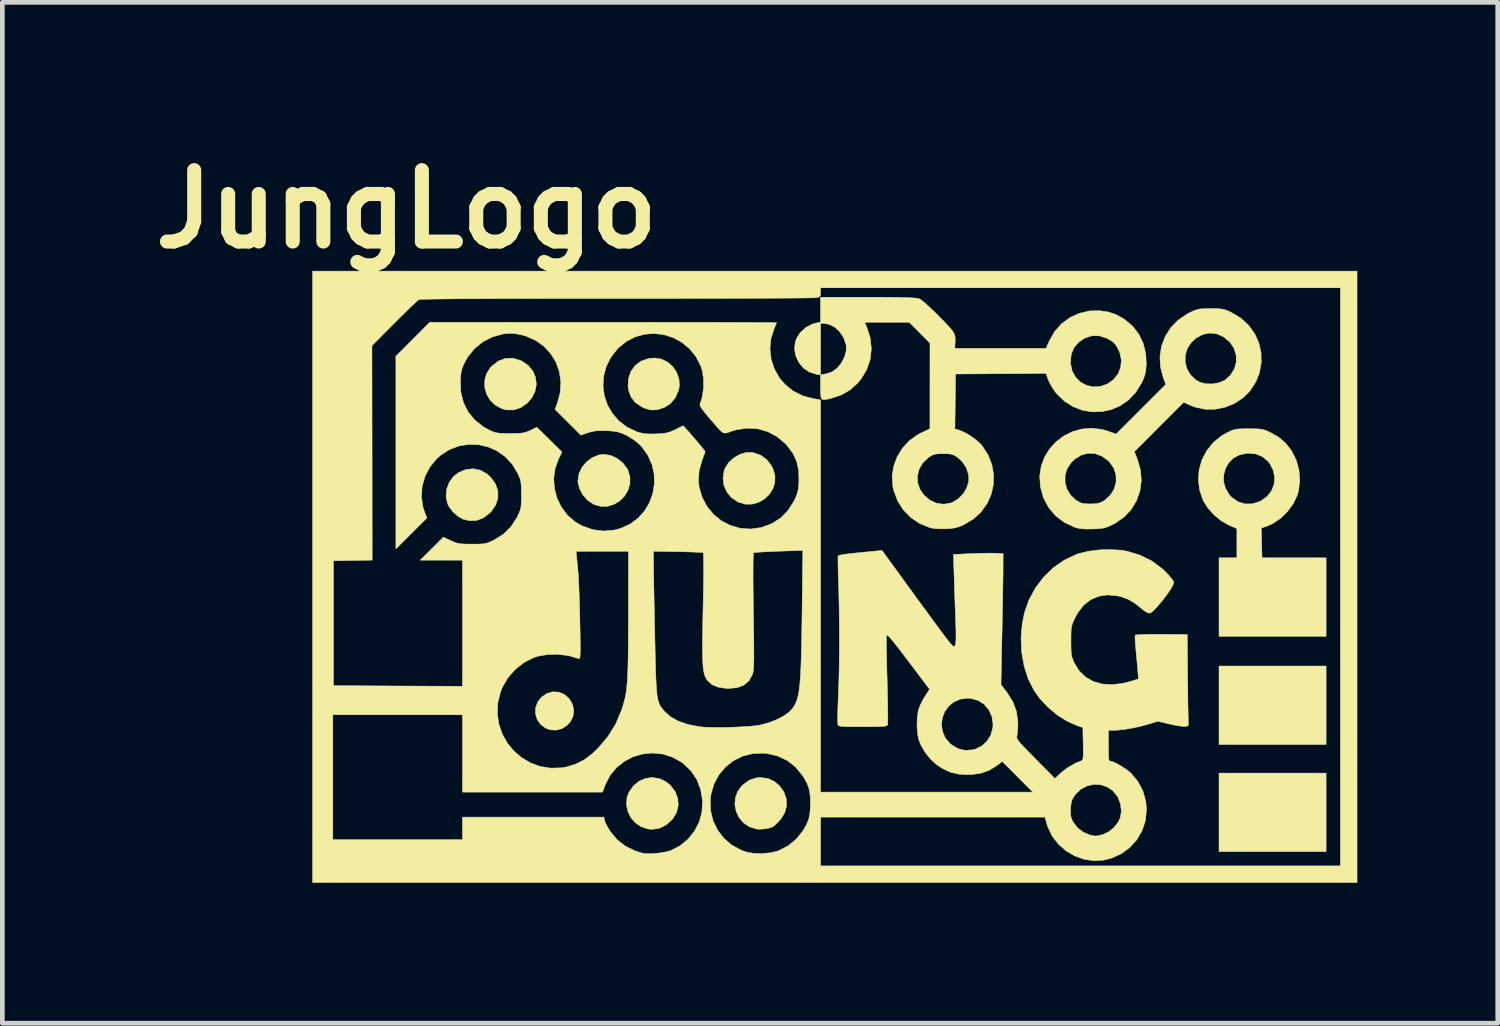
<source format=kicad_pcb>
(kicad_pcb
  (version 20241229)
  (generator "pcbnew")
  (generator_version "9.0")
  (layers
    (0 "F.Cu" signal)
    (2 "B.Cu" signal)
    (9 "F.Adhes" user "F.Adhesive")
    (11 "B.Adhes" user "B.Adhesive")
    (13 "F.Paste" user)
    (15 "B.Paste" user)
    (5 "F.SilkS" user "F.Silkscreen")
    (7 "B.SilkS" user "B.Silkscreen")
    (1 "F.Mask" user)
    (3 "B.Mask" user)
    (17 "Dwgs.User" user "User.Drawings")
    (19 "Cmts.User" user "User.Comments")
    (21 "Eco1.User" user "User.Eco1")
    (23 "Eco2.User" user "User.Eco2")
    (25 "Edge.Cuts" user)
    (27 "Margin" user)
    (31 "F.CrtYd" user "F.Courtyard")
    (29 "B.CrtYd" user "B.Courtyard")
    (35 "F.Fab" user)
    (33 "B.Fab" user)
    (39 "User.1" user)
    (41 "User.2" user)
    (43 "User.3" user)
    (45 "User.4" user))
  (footprint "JungLogo"
    (layer "F.Cu")
    (at 14.776 9.267)
    (property "Reference" "JungLogo" (at -9.144 -7.849 0) (layer "F.SilkS") (effects (font (size 1.524 1.524) (thickness 0.3))))
    (attr through_hole)
    (fp_poly (pts (xy 10.49 3.581) (xy 8.204 3.581) (xy 8.204 1.905) (xy 10.49 1.905) (xy 10.49 3.581)) (stroke (width 0.01) (type solid)) (fill yes) (layer "F.SilkS"))
    (fp_poly (pts (xy 10.49 5.867) (xy 8.204 5.867) (xy 8.204 4.191) (xy 10.49 4.191) (xy 10.49 5.867)) (stroke (width 0.01) (type solid)) (fill yes) (layer "F.SilkS"))
    (fp_poly (pts (xy -5.894 2.462) (xy -5.775 2.511) (xy -5.675 2.599) (xy -5.602 2.723) (xy -5.574 2.852) (xy -5.589 2.975) (xy -5.641 3.085) (xy -5.723 3.176) (xy -5.827 3.241) (xy -5.946 3.273) (xy -6.073 3.267) (xy -6.168 3.234) (xy -6.28 3.153) (xy -6.355 3.047) (xy -6.392 2.924) (xy -6.389 2.795) (xy -6.344 2.672) (xy -6.267 2.573) (xy -6.149 2.491) (xy -6.021 2.455) (xy -5.894 2.462)) (stroke (width 0.01) (type solid)) (fill yes) (layer "F.SilkS"))
    (fp_poly (pts (xy -7.567 -2.276) (xy -7.425 -2.196) (xy -7.345 -2.122) (xy -7.246 -1.982) (xy -7.195 -1.834) (xy -7.194 -1.683) (xy -7.241 -1.536) (xy -7.336 -1.397) (xy -7.363 -1.368) (xy -7.499 -1.262) (xy -7.644 -1.205) (xy -7.8 -1.199) (xy -7.935 -1.231) (xy -8.046 -1.292) (xy -8.152 -1.386) (xy -8.237 -1.498) (xy -8.271 -1.567) (xy -8.302 -1.715) (xy -8.289 -1.868) (xy -8.235 -2.013) (xy -8.146 -2.138) (xy -8.036 -2.226) (xy -7.878 -2.291) (xy -7.72 -2.308) (xy -7.567 -2.276)) (stroke (width 0.01) (type solid)) (fill yes) (layer "F.SilkS"))
    (fp_poly (pts (xy -6.721 -4.623) (xy -6.679 -4.604) (xy -6.543 -4.51) (xy -6.446 -4.39) (xy -6.389 -4.253) (xy -6.374 -4.107) (xy -6.402 -3.959) (xy -6.472 -3.819) (xy -6.565 -3.712) (xy -6.703 -3.615) (xy -6.852 -3.565) (xy -7.006 -3.564) (xy -7.106 -3.59) (xy -7.249 -3.665) (xy -7.359 -3.772) (xy -7.435 -3.9) (xy -7.475 -4.042) (xy -7.477 -4.188) (xy -7.439 -4.332) (xy -7.358 -4.463) (xy -7.321 -4.503) (xy -7.183 -4.608) (xy -7.036 -4.663) (xy -6.881 -4.669) (xy -6.721 -4.623)) (stroke (width 0.01) (type solid)) (fill yes) (layer "F.SilkS"))
    (fp_poly (pts (xy -3.746 4.308) (xy -3.604 4.376) (xy -3.512 4.452) (xy -3.41 4.585) (xy -3.354 4.731) (xy -3.343 4.882) (xy -3.379 5.031) (xy -3.462 5.169) (xy -3.471 5.179) (xy -3.6 5.297) (xy -3.745 5.368) (xy -3.9 5.392) (xy -3.988 5.384) (xy -4.137 5.335) (xy -4.262 5.249) (xy -4.359 5.134) (xy -4.423 5) (xy -4.451 4.855) (xy -4.436 4.707) (xy -4.397 4.603) (xy -4.301 4.464) (xy -4.18 4.364) (xy -4.042 4.304) (xy -3.894 4.285) (xy -3.746 4.308)) (stroke (width 0.01) (type solid)) (fill yes) (layer "F.SilkS"))
    (fp_poly (pts (xy -3.704 -4.65) (xy -3.571 -4.585) (xy -3.46 -4.487) (xy -3.377 -4.364) (xy -3.328 -4.223) (xy -3.319 -4.075) (xy -3.338 -3.979) (xy -3.409 -3.82) (xy -3.516 -3.696) (xy -3.642 -3.617) (xy -3.789 -3.567) (xy -3.927 -3.562) (xy -4.069 -3.603) (xy -4.116 -3.626) (xy -4.256 -3.719) (xy -4.35 -3.836) (xy -4.403 -3.981) (xy -4.415 -4.065) (xy -4.405 -4.238) (xy -4.352 -4.39) (xy -4.261 -4.514) (xy -4.137 -4.606) (xy -3.985 -4.66) (xy -3.854 -4.673) (xy -3.704 -4.65)) (stroke (width 0.01) (type solid)) (fill yes) (layer "F.SilkS"))
    (fp_poly (pts (xy -4.785 -2.592) (xy -4.646 -2.527) (xy -4.525 -2.429) (xy -4.433 -2.306) (xy -4.416 -2.273) (xy -4.374 -2.126) (xy -4.376 -1.982) (xy -4.417 -1.846) (xy -4.491 -1.724) (xy -4.592 -1.623) (xy -4.713 -1.549) (xy -4.848 -1.507) (xy -4.993 -1.503) (xy -5.14 -1.544) (xy -5.144 -1.546) (xy -5.271 -1.628) (xy -5.376 -1.744) (xy -5.45 -1.879) (xy -5.485 -2.022) (xy -5.486 -2.057) (xy -5.462 -2.205) (xy -5.396 -2.342) (xy -5.296 -2.46) (xy -5.172 -2.55) (xy -5.031 -2.604) (xy -4.928 -2.616) (xy -4.785 -2.592)) (stroke (width 0.01) (type solid)) (fill yes) (layer "F.SilkS"))
    (fp_poly (pts (xy -1.747 -2.653) (xy -1.584 -2.597) (xy -1.455 -2.505) (xy -1.355 -2.372) (xy -1.319 -2.301) (xy -1.278 -2.154) (xy -1.282 -2.011) (xy -1.325 -1.878) (xy -1.401 -1.76) (xy -1.503 -1.662) (xy -1.625 -1.592) (xy -1.762 -1.553) (xy -1.907 -1.551) (xy -2.054 -1.593) (xy -2.076 -1.603) (xy -2.21 -1.695) (xy -2.309 -1.817) (xy -2.369 -1.959) (xy -2.388 -2.113) (xy -2.362 -2.269) (xy -2.34 -2.326) (xy -2.263 -2.444) (xy -2.153 -2.543) (xy -2.025 -2.616) (xy -1.889 -2.656) (xy -1.758 -2.656) (xy -1.747 -2.653)) (stroke (width 0.01) (type solid)) (fill yes) (layer "F.SilkS"))
    (fp_poly (pts (xy -1.429 4.306) (xy -1.291 4.37) (xy -1.185 4.459) (xy -1.088 4.592) (xy -1.037 4.739) (xy -1.031 4.892) (xy -1.072 5.041) (xy -1.159 5.18) (xy -1.177 5.2) (xy -1.24 5.265) (xy -1.297 5.316) (xy -1.325 5.336) (xy -1.409 5.366) (xy -1.517 5.384) (xy -1.625 5.389) (xy -1.676 5.384) (xy -1.828 5.335) (xy -1.952 5.25) (xy -2.046 5.138) (xy -2.107 5.007) (xy -2.134 4.865) (xy -2.124 4.721) (xy -2.074 4.582) (xy -1.981 4.457) (xy -1.964 4.442) (xy -1.826 4.342) (xy -1.675 4.292) (xy -1.588 4.286) (xy -1.429 4.306)) (stroke (width 0.01) (type solid)) (fill yes) (layer "F.SilkS"))
    (fp_poly (pts (xy 8.968 -3.161) (xy 9.062 -3.157) (xy 9.133 -3.147) (xy 9.196 -3.128) (xy 9.265 -3.099) (xy 9.298 -3.083) (xy 9.478 -2.981) (xy 9.623 -2.857) (xy 9.746 -2.7) (xy 9.755 -2.687) (xy 9.853 -2.492) (xy 9.911 -2.277) (xy 9.928 -2.056) (xy 9.902 -1.84) (xy 9.871 -1.733) (xy 9.786 -1.558) (xy 9.665 -1.394) (xy 9.519 -1.251) (xy 9.357 -1.14) (xy 9.227 -1.082) (xy 9.106 -1.042) (xy 9.114 -0.724) (xy 9.122 -0.406) (xy 10.49 -0.406) (xy 10.49 1.27) (xy 8.204 1.27) (xy 8.204 -0.406) (xy 8.585 -0.406) (xy 8.585 -1.03) (xy 8.414 -1.104) (xy 8.255 -1.194) (xy 8.103 -1.318) (xy 7.971 -1.462) (xy 7.874 -1.614) (xy 7.867 -1.628) (xy 7.791 -1.846) (xy 7.767 -2.029) (xy 8.303 -2.029) (xy 8.342 -1.888) (xy 8.421 -1.755) (xy 8.475 -1.697) (xy 8.608 -1.603) (xy 8.755 -1.557) (xy 8.912 -1.558) (xy 9.073 -1.609) (xy 9.095 -1.619) (xy 9.227 -1.712) (xy 9.322 -1.832) (xy 9.378 -1.971) (xy 9.392 -2.12) (xy 9.364 -2.27) (xy 9.292 -2.413) (xy 9.255 -2.461) (xy 9.137 -2.564) (xy 8.994 -2.623) (xy 8.826 -2.639) (xy 8.79 -2.637) (xy 8.636 -2.603) (xy 8.508 -2.533) (xy 8.408 -2.432) (xy 8.339 -2.309) (xy 8.303 -2.172) (xy 8.303 -2.029) (xy 7.767 -2.029) (xy 7.762 -2.067) (xy 7.779 -2.286) (xy 7.839 -2.496) (xy 7.939 -2.69) (xy 8.077 -2.863) (xy 8.252 -3.007) (xy 8.379 -3.08) (xy 8.454 -3.116) (xy 8.517 -3.139) (xy 8.58 -3.153) (xy 8.659 -3.16) (xy 8.768 -3.162) (xy 8.839 -3.162) (xy 8.968 -3.161)) (stroke (width 0.01) (type solid)) (fill yes) (layer "F.SilkS"))
    (fp_poly (pts (xy 8.151 -5.727) (xy 8.24 -5.721) (xy 8.311 -5.708) (xy 8.379 -5.685) (xy 8.46 -5.648) (xy 8.465 -5.646) (xy 8.667 -5.525) (xy 8.835 -5.372) (xy 8.964 -5.193) (xy 9.054 -4.996) (xy 9.101 -4.784) (xy 9.105 -4.566) (xy 9.063 -4.345) (xy 8.989 -4.161) (xy 8.869 -3.976) (xy 8.715 -3.822) (xy 8.534 -3.703) (xy 8.334 -3.621) (xy 8.123 -3.579) (xy 7.907 -3.578) (xy 7.694 -3.623) (xy 7.588 -3.664) (xy 7.449 -3.728) (xy 6.922 -3.201) (xy 6.395 -2.673) (xy 6.462 -2.506) (xy 6.527 -2.28) (xy 6.544 -2.054) (xy 6.515 -1.835) (xy 6.443 -1.629) (xy 6.33 -1.441) (xy 6.177 -1.278) (xy 5.988 -1.145) (xy 5.932 -1.116) (xy 5.844 -1.075) (xy 5.771 -1.049) (xy 5.694 -1.034) (xy 5.597 -1.026) (xy 5.501 -1.022) (xy 5.359 -1.021) (xy 5.252 -1.028) (xy 5.164 -1.046) (xy 5.116 -1.061) (xy 4.898 -1.164) (xy 4.714 -1.304) (xy 4.567 -1.477) (xy 4.458 -1.681) (xy 4.392 -1.912) (xy 4.39 -1.925) (xy 4.384 -2.02) (xy 4.916 -2.02) (xy 4.954 -1.877) (xy 5.031 -1.747) (xy 5.144 -1.64) (xy 5.259 -1.576) (xy 5.316 -1.564) (xy 5.404 -1.557) (xy 5.492 -1.557) (xy 5.597 -1.565) (xy 5.673 -1.584) (xy 5.743 -1.621) (xy 5.771 -1.64) (xy 5.89 -1.752) (xy 5.969 -1.885) (xy 6.007 -2.03) (xy 6.003 -2.179) (xy 5.956 -2.323) (xy 5.865 -2.453) (xy 5.848 -2.471) (xy 5.71 -2.574) (xy 5.561 -2.63) (xy 5.41 -2.639) (xy 5.261 -2.599) (xy 5.121 -2.513) (xy 5.05 -2.444) (xy 4.961 -2.312) (xy 4.917 -2.167) (xy 4.916 -2.02) (xy 4.384 -2.02) (xy 4.375 -2.147) (xy 4.406 -2.358) (xy 4.477 -2.553) (xy 4.584 -2.729) (xy 4.722 -2.881) (xy 4.886 -3.006) (xy 5.07 -3.099) (xy 5.271 -3.156) (xy 5.482 -3.174) (xy 5.701 -3.148) (xy 5.829 -3.111) (xy 6.007 -3.048) (xy 6.537 -3.578) (xy 7.067 -4.108) (xy 7.014 -4.25) (xy 6.954 -4.479) (xy 6.949 -4.583) (xy 7.481 -4.583) (xy 7.519 -4.44) (xy 7.595 -4.311) (xy 7.707 -4.205) (xy 7.798 -4.154) (xy 7.919 -4.122) (xy 8.059 -4.119) (xy 8.199 -4.143) (xy 8.318 -4.192) (xy 8.329 -4.199) (xy 8.449 -4.306) (xy 8.53 -4.437) (xy 8.571 -4.582) (xy 8.569 -4.733) (xy 8.525 -4.879) (xy 8.437 -5.01) (xy 8.306 -5.122) (xy 8.162 -5.187) (xy 8.012 -5.206) (xy 7.862 -5.178) (xy 7.72 -5.103) (xy 7.615 -5.009) (xy 7.527 -4.877) (xy 7.483 -4.732) (xy 7.481 -4.583) (xy 6.949 -4.583) (xy 6.942 -4.705) (xy 6.976 -4.925) (xy 7.054 -5.131) (xy 7.173 -5.319) (xy 7.331 -5.482) (xy 7.525 -5.614) (xy 7.588 -5.646) (xy 7.67 -5.684) (xy 7.739 -5.707) (xy 7.809 -5.721) (xy 7.897 -5.726) (xy 8.019 -5.728) (xy 8.026 -5.728) (xy 8.151 -5.727)) (stroke (width 0.01) (type solid)) (fill yes) (layer "F.SilkS"))
    (fp_poly (pts (xy 0.979 -5.969) (xy 1.2 -5.968) (xy 1.379 -5.966) (xy 1.521 -5.963) (xy 1.63 -5.958) (xy 1.71 -5.953) (xy 1.766 -5.946) (xy 1.802 -5.937) (xy 1.811 -5.934) (xy 1.854 -5.905) (xy 1.926 -5.846) (xy 2.017 -5.763) (xy 2.123 -5.662) (xy 2.229 -5.557) (xy 2.349 -5.435) (xy 2.438 -5.341) (xy 2.5 -5.269) (xy 2.54 -5.209) (xy 2.562 -5.156) (xy 2.57 -5.1) (xy 2.57 -5.034) (xy 2.567 -4.972) (xy 2.561 -4.877) (xy 4.51 -4.877) (xy 4.579 -5.036) (xy 4.693 -5.236) (xy 4.842 -5.404) (xy 5.021 -5.536) (xy 5.223 -5.628) (xy 5.441 -5.678) (xy 5.652 -5.682) (xy 5.831 -5.657) (xy 5.986 -5.608) (xy 6.14 -5.526) (xy 6.189 -5.495) (xy 6.359 -5.353) (xy 6.493 -5.178) (xy 6.588 -4.977) (xy 6.641 -4.756) (xy 6.65 -4.533) (xy 6.64 -4.411) (xy 6.621 -4.315) (xy 6.587 -4.22) (xy 6.545 -4.131) (xy 6.422 -3.935) (xy 6.27 -3.775) (xy 6.095 -3.654) (xy 5.904 -3.571) (xy 5.701 -3.527) (xy 5.494 -3.522) (xy 5.289 -3.557) (xy 5.09 -3.632) (xy 4.906 -3.749) (xy 4.741 -3.908) (xy 4.694 -3.966) (xy 4.632 -4.06) (xy 4.578 -4.162) (xy 4.553 -4.219) (xy 4.509 -4.344) (xy 3.544 -4.337) (xy 2.578 -4.331) (xy 2.564 -3.158) (xy 2.662 -3.129) (xy 2.773 -3.082) (xy 2.898 -3.009) (xy 3.019 -2.921) (xy 3.117 -2.832) (xy 3.143 -2.802) (xy 3.272 -2.603) (xy 3.354 -2.393) (xy 3.391 -2.177) (xy 3.385 -1.963) (xy 3.337 -1.755) (xy 3.249 -1.561) (xy 3.122 -1.385) (xy 2.957 -1.234) (xy 2.755 -1.114) (xy 2.754 -1.113) (xy 2.652 -1.07) (xy 2.559 -1.044) (xy 2.451 -1.03) (xy 2.367 -1.025) (xy 2.223 -1.025) (xy 2.1 -1.036) (xy 2.032 -1.049) (xy 1.813 -1.138) (xy 1.622 -1.267) (xy 1.462 -1.431) (xy 1.339 -1.626) (xy 1.257 -1.846) (xy 1.239 -1.926) (xy 1.224 -2.143) (xy 1.226 -2.16) (xy 1.764 -2.16) (xy 1.769 -2.01) (xy 1.819 -1.865) (xy 1.9 -1.747) (xy 2.029 -1.637) (xy 2.173 -1.571) (xy 2.325 -1.55) (xy 2.477 -1.577) (xy 2.509 -1.589) (xy 2.64 -1.667) (xy 2.746 -1.778) (xy 2.822 -1.91) (xy 2.861 -2.052) (xy 2.859 -2.167) (xy 2.811 -2.324) (xy 2.72 -2.462) (xy 2.62 -2.552) (xy 2.559 -2.591) (xy 2.503 -2.615) (xy 2.436 -2.626) (xy 2.341 -2.629) (xy 2.311 -2.629) (xy 2.206 -2.627) (xy 2.134 -2.618) (xy 2.077 -2.598) (xy 2.019 -2.563) (xy 2.003 -2.552) (xy 1.882 -2.439) (xy 1.802 -2.306) (xy 1.764 -2.16) (xy 1.226 -2.16) (xy 1.255 -2.356) (xy 1.33 -2.56) (xy 1.443 -2.746) (xy 1.592 -2.907) (xy 1.773 -3.037) (xy 1.848 -3.076) (xy 2.031 -3.162) (xy 2.031 -4.076) (xy 2.032 -4.579) (xy 5.032 -4.579) (xy 5.034 -4.55) (xy 5.068 -4.394) (xy 5.141 -4.262) (xy 5.245 -4.159) (xy 5.373 -4.089) (xy 5.517 -4.056) (xy 5.67 -4.065) (xy 5.817 -4.116) (xy 5.951 -4.21) (xy 6.048 -4.333) (xy 6.104 -4.475) (xy 6.118 -4.629) (xy 6.085 -4.787) (xy 6.069 -4.826) (xy 6.013 -4.932) (xy 5.953 -5.005) (xy 5.87 -5.062) (xy 5.804 -5.096) (xy 5.643 -5.147) (xy 5.486 -5.147) (xy 5.334 -5.097) (xy 5.209 -5.012) (xy 5.106 -4.893) (xy 5.047 -4.749) (xy 5.032 -4.579) (xy 2.032 -4.579) (xy 2.032 -4.99) (xy 1.81 -5.213) (xy 1.589 -5.436) (xy 0.637 -5.436) (xy 0.686 -5.32) (xy 0.758 -5.093) (xy 0.78 -4.864) (xy 0.754 -4.64) (xy 0.681 -4.426) (xy 0.562 -4.227) (xy 0.489 -4.139) (xy 0.323 -3.989) (xy 0.133 -3.882) (xy -0.039 -3.824) (xy -0.153 -3.794) (xy -0.229 -3.782) (xy -0.274 -3.794) (xy -0.296 -3.836) (xy -0.304 -3.915) (xy -0.305 -4.038) (xy -0.305 -4.048) (xy -0.305 -4.312) (xy -0.4 -4.327) (xy -0.546 -4.374) (xy -0.67 -4.459) (xy -0.766 -4.574) (xy -0.831 -4.709) (xy -0.86 -4.856) (xy -0.846 -5.005) (xy -0.816 -5.093) (xy -0.733 -5.22) (xy -0.616 -5.325) (xy -0.48 -5.396) (xy -0.436 -5.409) (xy -0.432 -5.41) (xy -0.305 -5.41) (xy -0.305 -4.312) (xy -0.21 -4.33) (xy -0.126 -4.352) (xy -0.051 -4.381) (xy -0.048 -4.383) (xy 0.056 -4.461) (xy 0.144 -4.571) (xy 0.209 -4.7) (xy 0.244 -4.834) (xy 0.241 -4.957) (xy 0.24 -4.958) (xy 0.189 -5.105) (xy 0.107 -5.231) (xy 0.002 -5.329) (xy -0.117 -5.391) (xy -0.227 -5.41) (xy -0.305 -5.41) (xy -0.432 -5.41) (xy -0.305 -5.441) (xy -0.305 -5.969) (xy 0.712 -5.969) (xy 0.979 -5.969)) (stroke (width 0.01) (type solid)) (fill yes) (layer "F.SilkS"))
    (fp_poly (pts (xy 11.151 6.528) (xy -11.151 6.528) (xy -11.151 2.946) (xy -10.719 2.946) (xy -10.719 5.613) (xy -7.95 5.613) (xy -7.95 5.131) (xy -4.932 5.131) (xy -4.915 5.207) (xy -4.892 5.267) (xy -4.849 5.349) (xy -4.795 5.438) (xy -4.794 5.439) (xy -4.65 5.612) (xy -4.473 5.75) (xy -4.261 5.853) (xy -4.102 5.903) (xy -4.019 5.912) (xy -3.904 5.911) (xy -3.774 5.9) (xy -3.647 5.881) (xy -3.539 5.856) (xy -3.505 5.845) (xy -3.305 5.743) (xy -3.134 5.602) (xy -2.997 5.431) (xy -2.896 5.235) (xy -2.838 5.021) (xy -2.825 4.795) (xy -2.826 4.779) (xy -2.828 4.763) (xy -2.66 4.763) (xy -2.653 4.991) (xy -2.6 5.208) (xy -2.505 5.406) (xy -2.372 5.58) (xy -2.205 5.725) (xy -2.009 5.833) (xy -1.879 5.879) (xy -1.723 5.906) (xy -1.544 5.909) (xy -1.365 5.891) (xy -1.209 5.851) (xy -1.194 5.846) (xy -0.995 5.742) (xy -0.82 5.597) (xy -0.693 5.44) (xy -0.615 5.312) (xy -0.563 5.194) (xy -0.534 5.069) (xy -0.533 5.053) (xy 5.033 5.053) (xy 5.043 5.13) (xy 5.071 5.202) (xy 5.086 5.232) (xy 5.18 5.358) (xy 5.309 5.455) (xy 5.458 5.517) (xy 5.564 5.535) (xy 5.611 5.529) (xy 5.685 5.512) (xy 5.733 5.499) (xy 5.856 5.44) (xy 5.969 5.345) (xy 6.057 5.228) (xy 6.096 5.145) (xy 6.118 5.005) (xy 6.101 4.853) (xy 6.047 4.709) (xy 6.036 4.69) (xy 5.938 4.568) (xy 5.815 4.485) (xy 5.676 4.439) (xy 5.53 4.432) (xy 5.386 4.464) (xy 5.252 4.534) (xy 5.138 4.644) (xy 5.12 4.668) (xy 5.074 4.743) (xy 5.049 4.818) (xy 5.036 4.916) (xy 5.034 4.948) (xy 5.033 5.053) (xy -0.533 5.053) (xy -0.522 4.919) (xy -0.521 4.839) (xy -0.527 4.672) (xy -0.548 4.538) (xy -0.588 4.419) (xy -0.654 4.297) (xy -0.693 4.237) (xy -0.842 4.057) (xy -1.02 3.919) (xy -1.225 3.824) (xy -1.454 3.772) (xy -1.528 3.765) (xy -1.756 3.775) (xy -1.97 3.829) (xy -2.163 3.925) (xy -2.333 4.058) (xy -2.472 4.222) (xy -2.577 4.415) (xy -2.642 4.632) (xy -2.66 4.763) (xy -2.828 4.763) (xy -2.864 4.543) (xy -2.946 4.33) (xy -3.071 4.143) (xy -3.236 3.985) (xy -3.276 3.956) (xy -3.473 3.847) (xy -3.68 3.783) (xy -3.892 3.762) (xy -4.103 3.782) (xy -4.305 3.841) (xy -4.491 3.937) (xy -4.657 4.068) (xy -4.794 4.232) (xy -4.897 4.427) (xy -4.906 4.451) (xy -4.96 4.597) (xy -7.95 4.597) (xy -7.95 2.946) (xy -10.719 2.946) (xy -11.151 2.946) (xy -11.151 2.924) (xy -7.206 2.924) (xy -7.173 3.146) (xy -7.101 3.356) (xy -6.995 3.547) (xy -6.856 3.716) (xy -6.691 3.859) (xy -6.502 3.971) (xy -6.294 4.048) (xy -6.069 4.085) (xy -5.833 4.078) (xy -5.735 4.061) (xy -5.537 4.002) (xy -5.354 3.909) (xy -5.177 3.775) (xy -5.068 3.672) (xy -4.852 3.421) (xy -4.681 3.146) (xy -4.554 2.847) (xy -4.549 2.832) (xy -4.521 2.742) (xy -4.496 2.656) (xy -4.475 2.568) (xy -4.458 2.474) (xy -4.444 2.37) (xy -4.433 2.25) (xy -4.425 2.109) (xy -4.418 1.944) (xy -4.414 1.748) (xy -4.411 1.518) (xy -4.409 1.249) (xy -4.408 0.935) (xy -4.408 0.8) (xy -4.407 -0.546) (xy -3.873 -0.546) (xy -3.871 -0.254) (xy -3.87 -0.169) (xy -3.868 -0.039) (xy -3.866 0.128) (xy -3.862 0.326) (xy -3.858 0.55) (xy -3.853 0.791) (xy -3.848 1.045) (xy -3.843 1.283) (xy -3.837 1.583) (xy -3.831 1.836) (xy -3.825 2.049) (xy -3.818 2.223) (xy -3.81 2.366) (xy -3.801 2.48) (xy -3.788 2.571) (xy -3.773 2.643) (xy -3.754 2.7) (xy -3.732 2.748) (xy -3.704 2.791) (xy -3.671 2.832) (xy -3.644 2.865) (xy -3.512 2.986) (xy -3.343 3.081) (xy -3.135 3.153) (xy -2.891 3.2) (xy -2.776 3.211) (xy -2.625 3.216) (xy -2.448 3.217) (xy -2.259 3.214) (xy -2.068 3.207) (xy -1.889 3.197) (xy -1.733 3.184) (xy -1.612 3.168) (xy -1.587 3.163) (xy -1.403 3.113) (xy -1.231 3.045) (xy -1.081 2.965) (xy -0.966 2.879) (xy -0.933 2.845) (xy -0.893 2.795) (xy -0.858 2.742) (xy -0.828 2.682) (xy -0.803 2.612) (xy -0.781 2.527) (xy -0.763 2.424) (xy -0.748 2.299) (xy -0.736 2.148) (xy -0.726 1.967) (xy -0.718 1.753) (xy -0.712 1.5) (xy -0.706 1.206) (xy -0.701 0.867) (xy -0.699 0.714) (xy -0.683 -0.565) (xy -1.199 -0.547) (xy -1.356 -0.54) (xy -1.496 -0.534) (xy -1.611 -0.527) (xy -1.693 -0.521) (xy -1.733 -0.516) (xy -1.736 -0.515) (xy -1.74 -0.488) (xy -1.743 -0.415) (xy -1.745 -0.301) (xy -1.746 -0.151) (xy -1.746 0.03) (xy -1.745 0.238) (xy -1.742 0.466) (xy -1.739 0.711) (xy -1.739 0.739) (xy -1.735 1.025) (xy -1.732 1.264) (xy -1.729 1.462) (xy -1.729 1.623) (xy -1.729 1.751) (xy -1.731 1.851) (xy -1.734 1.928) (xy -1.739 1.987) (xy -1.745 2.031) (xy -1.754 2.065) (xy -1.764 2.094) (xy -1.764 2.095) (xy -1.836 2.222) (xy -1.942 2.313) (xy -2.082 2.366) (xy -2.257 2.383) (xy -2.345 2.379) (xy -2.501 2.353) (xy -2.62 2.303) (xy -2.71 2.222) (xy -2.735 2.188) (xy -2.758 2.15) (xy -2.777 2.107) (xy -2.792 2.055) (xy -2.805 1.989) (xy -2.814 1.905) (xy -2.821 1.799) (xy -2.824 1.666) (xy -2.826 1.504) (xy -2.825 1.306) (xy -2.821 1.07) (xy -2.816 0.791) (xy -2.81 0.505) (xy -2.806 0.28) (xy -2.803 0.073) (xy -2.801 -0.111) (xy -2.801 -0.267) (xy -2.803 -0.39) (xy -2.805 -0.473) (xy -2.809 -0.513) (xy -2.81 -0.515) (xy -2.841 -0.52) (xy -2.915 -0.524) (xy -3.024 -0.529) (xy -3.16 -0.533) (xy -3.314 -0.537) (xy -3.353 -0.537) (xy -3.873 -0.546) (xy -4.407 -0.546) (xy -5.524 -0.546) (xy -5.519 -0.483) (xy -5.514 -0.431) (xy -5.505 -0.343) (xy -5.494 -0.233) (xy -5.486 -0.152) (xy -5.479 -0.059) (xy -5.471 0.076) (xy -5.464 0.244) (xy -5.457 0.436) (xy -5.45 0.644) (xy -5.445 0.858) (xy -5.444 0.938) (xy -5.439 1.164) (xy -5.437 1.345) (xy -5.435 1.484) (xy -5.436 1.588) (xy -5.438 1.661) (xy -5.442 1.709) (xy -5.449 1.735) (xy -5.457 1.746) (xy -5.469 1.745) (xy -5.471 1.745) (xy -5.682 1.684) (xy -5.907 1.655) (xy -6.131 1.659) (xy -6.339 1.695) (xy -6.432 1.725) (xy -6.639 1.831) (xy -6.825 1.978) (xy -6.981 2.156) (xy -7.099 2.357) (xy -7.139 2.457) (xy -7.196 2.693) (xy -7.206 2.924) (xy -11.151 2.924) (xy -11.151 -0.343) (xy -10.706 -0.343) (xy -10.706 2.324) (xy -9.328 2.331) (xy -7.95 2.337) (xy -7.95 0.991) (xy -7.95 -0.356) (xy -8.401 -0.356) (xy -8.852 -0.356) (xy -8.606 -0.601) (xy -8.36 -0.847) (xy -8.2 -0.773) (xy -8.125 -0.74) (xy -8.061 -0.719) (xy -7.992 -0.706) (xy -7.905 -0.7) (xy -7.785 -0.699) (xy -7.746 -0.699) (xy -7.618 -0.699) (xy -7.526 -0.703) (xy -7.457 -0.713) (xy -7.395 -0.732) (xy -7.327 -0.762) (xy -7.277 -0.785) (xy -7.078 -0.91) (xy -6.916 -1.069) (xy -6.789 -1.264) (xy -6.78 -1.283) (xy -6.742 -1.362) (xy -6.717 -1.426) (xy -6.703 -1.489) (xy -6.695 -1.566) (xy -6.693 -1.671) (xy -6.693 -1.752) (xy -6.694 -1.881) (xy -6.698 -1.974) (xy -6.708 -2.045) (xy -6.727 -2.109) (xy -6.757 -2.179) (xy -6.774 -2.216) (xy -6.892 -2.41) (xy -7.041 -2.568) (xy -7.214 -2.691) (xy -7.406 -2.775) (xy -7.61 -2.822) (xy -7.819 -2.828) (xy -8.027 -2.794) (xy -8.228 -2.718) (xy -8.415 -2.599) (xy -8.509 -2.515) (xy -8.651 -2.339) (xy -8.753 -2.142) (xy -8.812 -1.93) (xy -8.827 -1.712) (xy -8.797 -1.496) (xy -8.751 -1.358) (xy -8.71 -1.259) (xy -9.373 -0.597) (xy -9.373 -2.654) (xy -9.373 -4.19) (xy -7.996 -4.19) (xy -7.986 -3.944) (xy -7.93 -3.72) (xy -7.83 -3.52) (xy -7.687 -3.347) (xy -7.504 -3.203) (xy -7.366 -3.127) (xy -7.299 -3.098) (xy -7.237 -3.078) (xy -7.167 -3.067) (xy -7.075 -3.062) (xy -6.947 -3.061) (xy -6.934 -3.061) (xy -6.803 -3.062) (xy -6.708 -3.067) (xy -6.637 -3.077) (xy -6.575 -3.096) (xy -6.51 -3.124) (xy -6.502 -3.127) (xy -6.363 -3.194) (xy -6.095 -2.93) (xy -5.826 -2.665) (xy -5.898 -2.52) (xy -5.973 -2.313) (xy -6.002 -2.099) (xy -5.987 -1.885) (xy -5.932 -1.678) (xy -5.838 -1.486) (xy -5.708 -1.315) (xy -5.545 -1.174) (xy -5.398 -1.089) (xy -5.171 -1.008) (xy -4.941 -0.978) (xy -4.711 -0.998) (xy -4.572 -1.035) (xy -4.37 -1.127) (xy -4.198 -1.255) (xy -4.06 -1.411) (xy -3.955 -1.589) (xy -3.886 -1.784) (xy -3.853 -1.988) (xy -3.859 -2.195) (xy -3.905 -2.4) (xy -3.992 -2.595) (xy -4.121 -2.775) (xy -4.164 -2.821) (xy -4.284 -2.921) (xy -4.423 -3.009) (xy -4.464 -3.03) (xy -4.558 -3.07) (xy -4.642 -3.096) (xy -4.735 -3.111) (xy -4.856 -3.119) (xy -4.877 -3.12) (xy -5.01 -3.122) (xy -5.111 -3.116) (xy -5.199 -3.099) (xy -5.271 -3.077) (xy -5.423 -3.025) (xy -5.975 -3.575) (xy -5.923 -3.714) (xy -5.863 -3.941) (xy -5.856 -4.069) (xy -4.949 -4.069) (xy -4.921 -3.863) (xy -4.854 -3.667) (xy -4.749 -3.487) (xy -4.61 -3.328) (xy -4.436 -3.196) (xy -4.229 -3.098) (xy -4.195 -3.086) (xy -4.102 -3.063) (xy -3.997 -3.051) (xy -3.864 -3.051) (xy -3.814 -3.052) (xy -3.69 -3.06) (xy -3.598 -3.072) (xy -3.521 -3.093) (xy -3.441 -3.127) (xy -3.406 -3.144) (xy -3.326 -3.184) (xy -3.266 -3.213) (xy -3.24 -3.226) (xy -3.239 -3.226) (xy -3.22 -3.208) (xy -3.175 -3.159) (xy -3.113 -3.088) (xy -3.04 -3.004) (xy -2.963 -2.915) (xy -2.89 -2.829) (xy -2.829 -2.755) (xy -2.786 -2.701) (xy -2.769 -2.677) (xy -2.769 -2.676) (xy -2.777 -2.645) (xy -2.8 -2.581) (xy -2.83 -2.504) (xy -2.896 -2.278) (xy -2.913 -2.057) (xy -2.898 -1.919) (xy -2.833 -1.698) (xy -2.729 -1.501) (xy -2.59 -1.333) (xy -2.423 -1.197) (xy -2.232 -1.098) (xy -2.025 -1.038) (xy -1.806 -1.021) (xy -1.581 -1.051) (xy -1.561 -1.055) (xy -1.342 -1.137) (xy -1.152 -1.26) (xy -0.994 -1.423) (xy -0.871 -1.619) (xy -0.824 -1.719) (xy -0.795 -1.802) (xy -0.778 -1.887) (xy -0.769 -1.995) (xy -0.766 -2.045) (xy -0.772 -2.268) (xy -0.813 -2.46) (xy -0.892 -2.633) (xy -1.013 -2.797) (xy -1.052 -2.84) (xy -1.23 -2.992) (xy -1.429 -3.099) (xy -1.644 -3.161) (xy -1.87 -3.175) (xy -2.101 -3.141) (xy -2.197 -3.113) (xy -2.262 -3.089) (xy -2.311 -3.073) (xy -2.351 -3.068) (xy -2.388 -3.08) (xy -2.43 -3.111) (xy -2.484 -3.166) (xy -2.557 -3.25) (xy -2.657 -3.365) (xy -2.678 -3.389) (xy -2.779 -3.51) (xy -2.845 -3.597) (xy -2.878 -3.655) (xy -2.88 -3.681) (xy -2.83 -3.845) (xy -2.804 -4.031) (xy -2.803 -4.222) (xy -2.829 -4.399) (xy -2.859 -4.496) (xy -2.963 -4.699) (xy -3.1 -4.869) (xy -3.263 -5.005) (xy -3.447 -5.106) (xy -3.644 -5.169) (xy -3.848 -5.195) (xy -4.055 -5.181) (xy -4.256 -5.126) (xy -4.447 -5.03) (xy -4.621 -4.89) (xy -4.645 -4.865) (xy -4.787 -4.682) (xy -4.884 -4.484) (xy -4.937 -4.278) (xy -4.949 -4.069) (xy -5.856 -4.069) (xy -5.85 -4.164) (xy -5.882 -4.38) (xy -5.954 -4.582) (xy -6.065 -4.764) (xy -6.21 -4.922) (xy -6.388 -5.049) (xy -6.594 -5.14) (xy -6.718 -5.173) (xy -6.841 -5.194) (xy -6.941 -5.2) (xy -7.042 -5.192) (xy -7.083 -5.186) (xy -7.31 -5.123) (xy -7.516 -5.018) (xy -7.695 -4.873) (xy -7.84 -4.693) (xy -7.903 -4.581) (xy -7.947 -4.484) (xy -7.974 -4.397) (xy -7.989 -4.299) (xy -7.996 -4.19) (xy -9.373 -4.19) (xy -9.373 -4.711) (xy -9.011 -5.073) (xy -8.649 -5.436) (xy -4.947 -5.436) (xy -4.518 -5.436) (xy -4.102 -5.435) (xy -3.704 -5.435) (xy -3.325 -5.435) (xy -2.969 -5.434) (xy -2.639 -5.434) (xy -2.336 -5.433) (xy -2.065 -5.432) (xy -1.827 -5.431) (xy -1.626 -5.43) (xy -1.464 -5.429) (xy -1.345 -5.428) (xy -1.271 -5.427) (xy -1.245 -5.426) (xy -1.245 -5.426) (xy -1.254 -5.4) (xy -1.278 -5.342) (xy -1.297 -5.298) (xy -1.365 -5.085) (xy -1.385 -4.865) (xy -1.36 -4.646) (xy -1.29 -4.435) (xy -1.178 -4.241) (xy -1.069 -4.113) (xy -0.891 -3.968) (xy -0.69 -3.867) (xy -0.475 -3.809) (xy -0.305 -3.779) (xy -0.305 4.597) (xy 4.228 4.597) (xy 3.902 4.27) (xy 3.575 3.942) (xy 3.465 4.026) (xy 3.299 4.13) (xy 3.12 4.194) (xy 2.917 4.222) (xy 2.832 4.224) (xy 2.636 4.212) (xy 2.465 4.171) (xy 2.303 4.094) (xy 2.177 4.013) (xy 2.048 3.897) (xy 1.93 3.75) (xy 1.837 3.589) (xy 1.791 3.473) (xy 1.765 3.339) (xy 1.754 3.179) (xy 1.755 3.156) (xy 2.278 3.156) (xy 2.298 3.299) (xy 2.356 3.435) (xy 2.457 3.558) (xy 2.482 3.58) (xy 2.624 3.667) (xy 2.778 3.705) (xy 2.944 3.694) (xy 2.999 3.679) (xy 3.139 3.612) (xy 3.253 3.507) (xy 3.333 3.373) (xy 3.374 3.218) (xy 3.378 3.148) (xy 3.354 2.983) (xy 3.289 2.839) (xy 3.189 2.722) (xy 3.06 2.639) (xy 2.907 2.596) (xy 2.832 2.591) (xy 2.673 2.613) (xy 2.537 2.674) (xy 2.427 2.766) (xy 2.345 2.882) (xy 2.295 3.015) (xy 2.278 3.156) (xy 1.755 3.156) (xy 1.759 3.015) (xy 1.78 2.87) (xy 1.79 2.829) (xy 1.825 2.739) (xy 1.877 2.633) (xy 1.926 2.551) (xy 2.023 2.4) (xy 1.609 1.851) (xy 1.474 1.673) (xy 1.366 1.531) (xy 1.281 1.423) (xy 1.217 1.344) (xy 1.171 1.291) (xy 1.139 1.26) (xy 1.118 1.247) (xy 1.105 1.249) (xy 1.104 1.25) (xy 1.101 1.278) (xy 1.101 1.35) (xy 1.101 1.462) (xy 1.103 1.607) (xy 1.107 1.781) (xy 1.111 1.976) (xy 1.117 2.188) (xy 1.117 2.192) (xy 1.122 2.405) (xy 1.127 2.604) (xy 1.13 2.781) (xy 1.131 2.931) (xy 1.132 3.049) (xy 1.13 3.127) (xy 1.127 3.161) (xy 1.116 3.174) (xy 1.091 3.184) (xy 1.044 3.192) (xy 0.97 3.196) (xy 0.862 3.199) (xy 0.714 3.2) (xy 0.596 3.2) (xy 0.421 3.2) (xy 0.291 3.199) (xy 0.198 3.196) (xy 0.135 3.191) (xy 0.097 3.184) (xy 0.076 3.173) (xy 0.066 3.158) (xy 0.064 3.152) (xy 0.061 3.113) (xy 0.06 3.032) (xy 0.062 2.916) (xy 0.066 2.773) (xy 0.072 2.611) (xy 0.075 2.536) (xy 0.087 2.215) (xy 0.094 1.855) (xy 0.098 1.469) (xy 0.097 1.069) (xy 0.092 0.667) (xy 0.084 0.275) (xy 0.079 0.114) (xy 0.073 -0.046) (xy 0.07 -0.19) (xy 0.068 -0.309) (xy 0.067 -0.395) (xy 0.068 -0.441) (xy 0.069 -0.446) (xy 0.096 -0.458) (xy 0.165 -0.473) (xy 0.267 -0.489) (xy 0.392 -0.503) (xy 0.426 -0.507) (xy 0.566 -0.52) (xy 0.698 -0.533) (xy 0.808 -0.544) (xy 0.884 -0.551) (xy 0.891 -0.552) (xy 1.008 -0.563) (xy 1.697 0.385) (xy 1.841 0.582) (xy 1.978 0.769) (xy 2.104 0.941) (xy 2.218 1.095) (xy 2.314 1.224) (xy 2.391 1.325) (xy 2.443 1.393) (xy 2.466 1.421) (xy 2.515 1.472) (xy 2.544 1.489) (xy 2.563 1.476) (xy 2.572 1.461) (xy 2.582 1.413) (xy 2.587 1.316) (xy 2.587 1.173) (xy 2.582 0.984) (xy 2.582 0.98) (xy 2.575 0.805) (xy 2.568 0.599) (xy 2.56 0.381) (xy 2.553 0.168) (xy 2.549 0.035) (xy 2.532 -0.477) (xy 2.898 -0.495) (xy 3.046 -0.5) (xy 3.192 -0.504) (xy 3.32 -0.506) (xy 3.416 -0.504) (xy 3.429 -0.504) (xy 3.594 -0.495) (xy 3.592 -0.165) (xy 3.592 -0.066) (xy 3.59 0.076) (xy 3.587 0.254) (xy 3.584 0.459) (xy 3.58 0.685) (xy 3.575 0.924) (xy 3.571 1.167) (xy 3.569 1.234) (xy 3.548 2.303) (xy 3.678 2.472) (xy 3.803 2.671) (xy 3.879 2.879) (xy 3.909 3.103) (xy 3.909 3.159) (xy 3.905 3.259) (xy 3.897 3.348) (xy 3.887 3.404) (xy 3.884 3.427) (xy 3.891 3.454) (xy 3.912 3.49) (xy 3.951 3.54) (xy 4.012 3.608) (xy 4.099 3.699) (xy 4.217 3.819) (xy 4.284 3.887) (xy 4.7 4.307) (xy 4.828 4.186) (xy 4.97 4.076) (xy 5.136 3.981) (xy 5.265 3.928) (xy 5.283 3.917) (xy 5.295 3.895) (xy 5.302 3.852) (xy 5.305 3.781) (xy 5.305 3.674) (xy 5.303 3.565) (xy 5.296 3.218) (xy 5.161 3.172) (xy 4.953 3.079) (xy 4.745 2.946) (xy 4.548 2.781) (xy 4.375 2.595) (xy 4.256 2.428) (xy 4.131 2.183) (xy 4.043 1.91) (xy 3.991 1.617) (xy 3.976 1.313) (xy 4.001 1.008) (xy 4.048 0.772) (xy 4.145 0.495) (xy 4.283 0.239) (xy 4.457 0.008) (xy 4.662 -0.191) (xy 4.894 -0.353) (xy 5.149 -0.475) (xy 5.216 -0.498) (xy 5.417 -0.547) (xy 5.645 -0.575) (xy 5.881 -0.583) (xy 6.105 -0.569) (xy 6.239 -0.547) (xy 6.519 -0.462) (xy 6.772 -0.336) (xy 6.995 -0.17) (xy 7.055 -0.113) (xy 7.134 -0.03) (xy 7.195 0.044) (xy 7.232 0.099) (xy 7.239 0.12) (xy 7.223 0.171) (xy 7.179 0.249) (xy 7.115 0.346) (xy 7.037 0.451) (xy 6.955 0.555) (xy 6.873 0.648) (xy 6.801 0.723) (xy 6.746 0.767) (xy 6.73 0.775) (xy 6.688 0.772) (xy 6.628 0.739) (xy 6.542 0.672) (xy 6.534 0.665) (xy 6.392 0.554) (xy 6.258 0.477) (xy 6.115 0.426) (xy 6.035 0.407) (xy 5.827 0.386) (xy 5.635 0.414) (xy 5.463 0.487) (xy 5.313 0.605) (xy 5.187 0.768) (xy 5.138 0.857) (xy 5.098 0.939) (xy 5.071 1.004) (xy 5.055 1.064) (xy 5.046 1.133) (xy 5.043 1.226) (xy 5.042 1.354) (xy 5.042 1.37) (xy 5.043 1.507) (xy 5.047 1.606) (xy 5.055 1.68) (xy 5.071 1.741) (xy 5.095 1.801) (xy 5.108 1.831) (xy 5.215 2.005) (xy 5.353 2.14) (xy 5.519 2.235) (xy 5.711 2.289) (xy 5.926 2.302) (xy 6.161 2.272) (xy 6.318 2.232) (xy 6.484 2.18) (xy 6.469 1.998) (xy 6.46 1.892) (xy 6.447 1.756) (xy 6.434 1.613) (xy 6.427 1.542) (xy 6.417 1.428) (xy 6.411 1.333) (xy 6.41 1.269) (xy 6.413 1.246) (xy 6.441 1.24) (xy 6.512 1.235) (xy 6.619 1.231) (xy 6.754 1.229) (xy 6.91 1.228) (xy 6.975 1.228) (xy 7.525 1.232) (xy 7.533 2.134) (xy 7.536 2.346) (xy 7.538 2.545) (xy 7.54 2.724) (xy 7.543 2.876) (xy 7.545 2.997) (xy 7.547 3.078) (xy 7.549 3.111) (xy 7.548 3.166) (xy 7.522 3.189) (xy 7.479 3.195) (xy 7.422 3.193) (xy 7.33 3.18) (xy 7.218 3.159) (xy 7.149 3.143) (xy 6.896 3.084) (xy 6.709 3.143) (xy 6.552 3.186) (xy 6.379 3.224) (xy 6.209 3.254) (xy 6.057 3.272) (xy 5.966 3.277) (xy 5.842 3.277) (xy 5.842 3.607) (xy 5.843 3.743) (xy 5.846 3.837) (xy 5.851 3.895) (xy 5.861 3.925) (xy 5.876 3.936) (xy 5.883 3.937) (xy 5.939 3.951) (xy 6.022 3.989) (xy 6.117 4.043) (xy 6.213 4.105) (xy 6.295 4.168) (xy 6.325 4.194) (xy 6.474 4.374) (xy 6.58 4.577) (xy 6.641 4.801) (xy 6.655 4.981) (xy 6.631 5.208) (xy 6.561 5.419) (xy 6.451 5.609) (xy 6.305 5.773) (xy 6.126 5.906) (xy 5.921 6.003) (xy 5.751 6.048) (xy 5.537 6.063) (xy 5.324 6.031) (xy 5.121 5.959) (xy 4.935 5.849) (xy 4.773 5.706) (xy 4.641 5.535) (xy 4.548 5.34) (xy 4.529 5.279) (xy 4.487 5.131) (xy -0.305 5.131) (xy -0.305 6.172) (xy 10.795 6.172) (xy 10.795 -6.172) (xy -0.305 -6.172) (xy -0.305 -6.074) (xy -0.307 -6.015) (xy -0.323 -5.984) (xy -0.366 -5.968) (xy -0.425 -5.959) (xy -0.463 -5.958) (xy -0.549 -5.956) (xy -0.681 -5.954) (xy -0.855 -5.953) (xy -1.069 -5.951) (xy -1.32 -5.95) (xy -1.605 -5.949) (xy -1.921 -5.947) (xy -2.267 -5.946) (xy -2.638 -5.946) (xy -3.032 -5.945) (xy -3.447 -5.944) (xy -3.879 -5.944) (xy -4.326 -5.944) (xy -4.693 -5.944) (xy -5.255 -5.944) (xy -5.782 -5.944) (xy -6.272 -5.943) (xy -6.724 -5.942) (xy -7.136 -5.941) (xy -7.508 -5.939) (xy -7.839 -5.938) (xy -8.126 -5.936) (xy -8.369 -5.933) (xy -8.567 -5.931) (xy -8.718 -5.928) (xy -8.822 -5.925) (xy -8.876 -5.922) (xy -8.884 -5.92) (xy -8.913 -5.896) (xy -8.973 -5.841) (xy -9.058 -5.76) (xy -9.163 -5.658) (xy -9.283 -5.539) (xy -9.406 -5.416) (xy -9.884 -4.937) (xy -9.881 -2.647) (xy -9.879 -0.357) (xy -10.706 -0.343) (xy -11.151 -0.343) (xy -11.151 -6.528) (xy 11.151 -6.528) (xy 11.151 6.528)) (stroke (width 0.01) (type solid)) (fill yes) (layer "F.SilkS")))
  (gr_rect
    (start -3 -3)
    (end 28.931 18.799)
    (stroke (width 0.1) (type default))
    (fill no)
    (layer "Edge.Cuts")))
</source>
